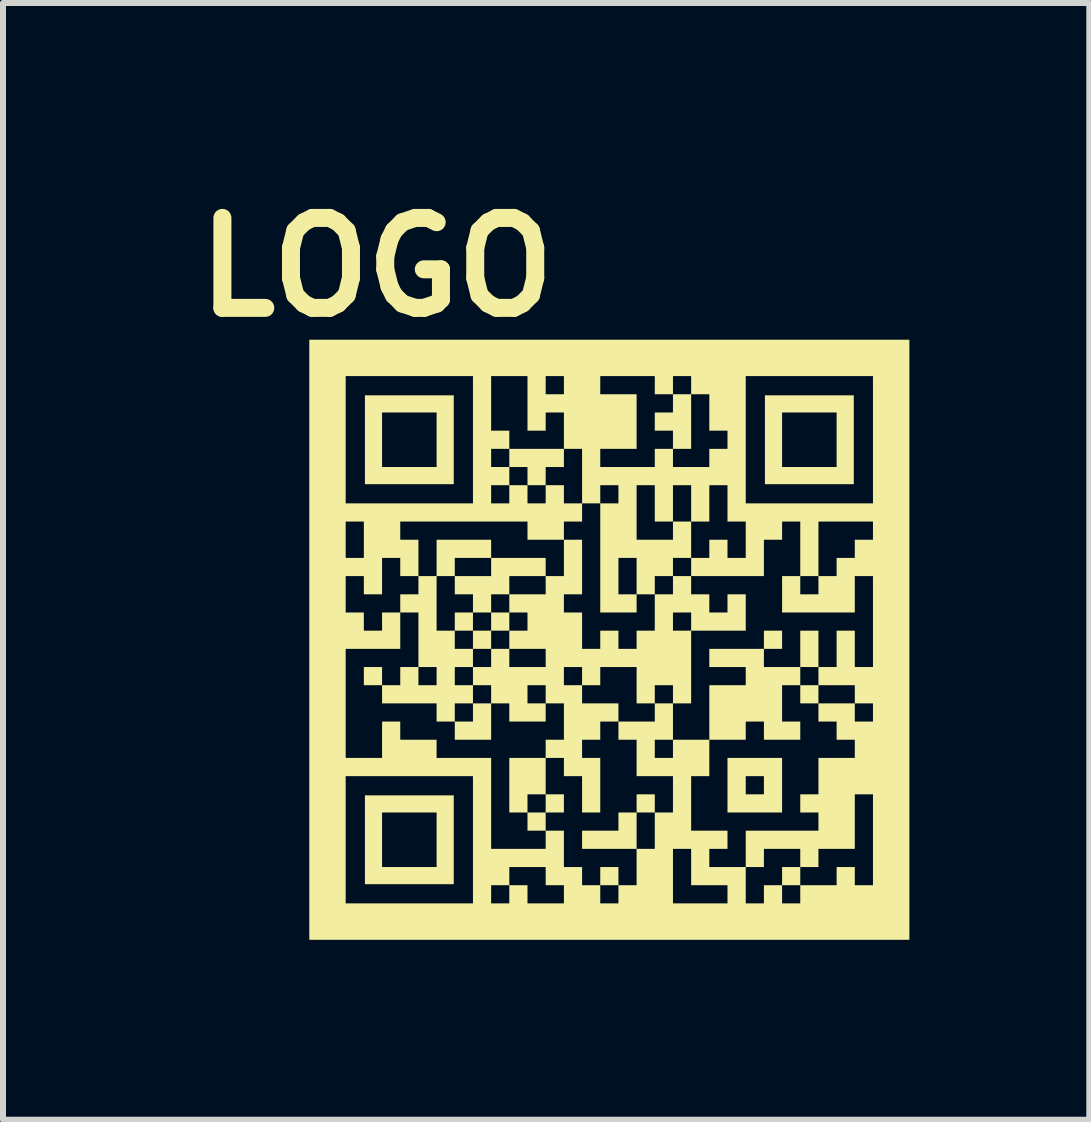
<source format=kicad_pcb>
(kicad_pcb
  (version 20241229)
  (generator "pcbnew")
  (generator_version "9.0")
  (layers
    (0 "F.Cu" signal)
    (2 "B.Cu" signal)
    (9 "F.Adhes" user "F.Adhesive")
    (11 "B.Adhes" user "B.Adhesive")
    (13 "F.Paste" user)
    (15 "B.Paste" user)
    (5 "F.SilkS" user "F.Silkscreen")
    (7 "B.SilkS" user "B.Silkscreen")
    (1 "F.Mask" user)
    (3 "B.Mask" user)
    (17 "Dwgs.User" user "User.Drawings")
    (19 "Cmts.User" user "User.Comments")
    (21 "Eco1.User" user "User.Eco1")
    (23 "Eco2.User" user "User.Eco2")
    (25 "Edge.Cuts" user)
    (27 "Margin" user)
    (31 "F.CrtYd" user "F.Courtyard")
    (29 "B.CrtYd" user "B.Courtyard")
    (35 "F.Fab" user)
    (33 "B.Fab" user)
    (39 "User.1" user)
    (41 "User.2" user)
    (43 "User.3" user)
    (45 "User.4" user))
  (footprint "LOGO"
    (layer "F.Cu")
    (at 7.103 7.61)
    (property "Reference" "LOGO" (at -3.874 -6.206 180) (layer "F.SilkS") (effects (font (size 1.5 1.5) (thickness 0.3))))
    (attr board_only exclude_from_pos_files exclude_from_bom)
    (fp_poly (pts (xy 0.156 3.945) (xy 0.156 4.096) (xy 0.004 4.096) (xy -0.147 4.096) (xy -0.147 3.945) (xy -0.147 3.793) (xy 0.004 3.793) (xy 0.156 3.793)) (stroke (width 0) (type solid)) (fill yes) (layer "F.SilkS"))
    (fp_poly (pts (xy 3.187 3.945) (xy 3.187 4.096) (xy 3.035 4.096) (xy 2.884 4.096) (xy 2.884 3.945) (xy 2.884 3.793) (xy 3.035 3.793) (xy 3.187 3.793)) (stroke (width 0) (type solid)) (fill yes) (layer "F.SilkS"))
    (fp_poly (pts (xy 3.49 0.914) (xy 3.49 1.065) (xy 3.338 1.065) (xy 3.187 1.065) (xy 3.187 0.914) (xy 3.187 0.762) (xy 3.338 0.762) (xy 3.49 0.762)) (stroke (width 0) (type solid)) (fill yes) (layer "F.SilkS"))
    (fp_poly (pts (xy -0.753 -3.027) (xy -0.753 -2.875) (xy -0.905 -2.875) (xy -1.057 -2.875) (xy -1.057 -2.724) (xy -1.057 -2.572) (xy -1.208 -2.572) (xy -1.36 -2.572) (xy -1.36 -2.724) (xy -1.36 -2.875) (xy -1.511 -2.875) (xy -1.663 -2.875) (xy -1.663 -3.027) (xy -1.663 -3.178) (xy -1.208 -3.178) (xy -0.753 -3.178)) (stroke (width 0) (type solid)) (fill yes) (layer "F.SilkS"))
    (fp_poly (pts (xy 1.368 -3.633) (xy 1.368 -3.178) (xy 1.217 -3.178) (xy 1.065 -3.178) (xy 1.065 -3.33) (xy 1.065 -3.481) (xy 0.914 -3.481) (xy 0.762 -3.481) (xy 0.762 -3.633) (xy 0.762 -3.784) (xy 0.914 -3.784) (xy 1.065 -3.784) (xy 1.065 -3.936) (xy 1.065 -4.088) (xy 1.217 -4.088) (xy 1.368 -4.088)) (stroke (width 0) (type solid)) (fill yes) (layer "F.SilkS"))
    (fp_poly (pts (xy -2.589 -3.33) (xy -2.589 -2.589) (xy -3.33 -2.589) (xy -4.07 -2.589) (xy -4.07 -3.33) (xy -4.07 -3.784) (xy -3.784 -3.784) (xy -3.784 -3.33) (xy -3.784 -2.875) (xy -3.33 -2.875) (xy -2.875 -2.875) (xy -2.875 -3.33) (xy -2.875 -3.784) (xy -3.33 -3.784) (xy -3.784 -3.784) (xy -4.07 -3.784) (xy -4.07 -4.07) (xy -3.33 -4.07) (xy -2.589 -4.07)) (stroke (width 0) (type solid)) (fill yes) (layer "F.SilkS"))
    (fp_poly (pts (xy -2.589 3.338) (xy -2.589 4.079) (xy -3.33 4.079) (xy -4.07 4.079) (xy -4.07 3.338) (xy -4.07 2.884) (xy -3.784 2.884) (xy -3.784 3.338) (xy -3.784 3.793) (xy -3.33 3.793) (xy -2.875 3.793) (xy -2.875 3.338) (xy -2.875 2.884) (xy -3.33 2.884) (xy -3.784 2.884) (xy -4.07 2.884) (xy -4.07 2.598) (xy -3.33 2.598) (xy -2.589 2.598)) (stroke (width 0) (type solid)) (fill yes) (layer "F.SilkS"))
    (fp_poly (pts (xy 2.884 2.429) (xy 2.884 2.884) (xy 2.429 2.884) (xy 1.974 2.884) (xy 1.974 2.429) (xy 1.974 2.278) (xy 2.278 2.278) (xy 2.278 2.429) (xy 2.278 2.581) (xy 2.429 2.581) (xy 2.581 2.581) (xy 2.581 2.429) (xy 2.581 2.278) (xy 2.429 2.278) (xy 2.278 2.278) (xy 1.974 2.278) (xy 1.974 1.974) (xy 2.429 1.974) (xy 2.884 1.974)) (stroke (width 0) (type solid)) (fill yes) (layer "F.SilkS"))
    (fp_poly (pts (xy 4.079 -3.33) (xy 4.079 -2.589) (xy 3.338 -2.589) (xy 2.598 -2.589) (xy 2.598 -3.33) (xy 2.598 -3.784) (xy 2.884 -3.784) (xy 2.884 -3.33) (xy 2.884 -2.875) (xy 3.338 -2.875) (xy 3.793 -2.875) (xy 3.793 -3.33) (xy 3.793 -3.784) (xy 3.338 -3.784) (xy 2.884 -3.784) (xy 2.598 -3.784) (xy 2.598 -4.07) (xy 3.338 -4.07) (xy 4.079 -4.07)) (stroke (width 0) (type solid)) (fill yes) (layer "F.SilkS"))
    (fp_poly (pts (xy 0.762 2.732) (xy 0.762 2.884) (xy 0.611 2.884) (xy 0.459 2.884) (xy 0.459 3.187) (xy 0.459 3.49) (xy 0.004 3.49) (xy -0.45 3.49) (xy -0.45 3.338) (xy -0.45 3.187) (xy -0.147 3.187) (xy 0.156 3.187) (xy 0.156 3.035) (xy 0.156 2.884) (xy 0.307 2.884) (xy 0.459 2.884) (xy 0.459 2.732) (xy 0.459 2.581) (xy 0.611 2.581) (xy 0.762 2.581)) (stroke (width 0) (type solid)) (fill yes) (layer "F.SilkS"))
    (fp_poly (pts (xy -2.269 -0.299) (xy -2.269 -0.147) (xy -2.117 -0.147) (xy -1.966 -0.147) (xy -1.966 -0.299) (xy -1.966 -0.45) (xy -1.814 -0.45) (xy -1.663 -0.45) (xy -1.663 -0.299) (xy -1.663 -0.147) (xy -1.814 -0.147) (xy -1.966 -0.147) (xy -1.966 0.004) (xy -1.966 0.156) (xy -2.117 0.156) (xy -2.269 0.156) (xy -2.269 0.004) (xy -2.269 -0.147) (xy -2.42 -0.147) (xy -2.572 -0.147) (xy -2.572 -0.299) (xy -2.572 -0.45) (xy -2.42 -0.45) (xy -2.269 -0.45)) (stroke (width 0) (type solid)) (fill yes) (layer "F.SilkS"))
    (fp_poly (pts (xy 2.884 0.004) (xy 2.884 0.156) (xy 2.732 0.156) (xy 2.581 0.156) (xy 2.581 0.307) (xy 2.581 0.459) (xy 2.884 0.459) (xy 3.187 0.459) (xy 3.187 0.156) (xy 3.187 -0.147) (xy 3.338 -0.147) (xy 3.49 -0.147) (xy 3.49 0.156) (xy 3.49 0.459) (xy 3.338 0.459) (xy 3.187 0.459) (xy 3.187 0.611) (xy 3.187 0.762) (xy 3.035 0.762) (xy 2.884 0.762) (xy 2.884 1.065) (xy 2.884 1.368) (xy 3.035 1.368) (xy 3.187 1.368) (xy 3.187 1.52) (xy 3.187 1.671) (xy 2.884 1.671) (xy 2.581 1.671) (xy 2.581 1.52) (xy 2.581 1.368) (xy 2.429 1.368) (xy 2.278 1.368) (xy 2.278 1.52) (xy 2.278 1.671) (xy 1.974 1.671) (xy 1.671 1.671) (xy 1.671 1.217) (xy 1.671 0.762) (xy 1.974 0.762) (xy 2.278 0.762) (xy 2.278 0.611) (xy 2.278 0.459) (xy 1.974 0.459) (xy 1.671 0.459) (xy 1.671 0.307) (xy 1.671 0.156) (xy 2.126 0.156) (xy 2.581 0.156) (xy 2.581 0.004) (xy 2.581 -0.147) (xy 2.732 -0.147) (xy 2.884 -0.147)) (stroke (width 0) (type solid)) (fill yes) (layer "F.SilkS"))
    (fp_poly (pts (xy -1.966 -1.511) (xy -1.966 -1.36) (xy -2.269 -1.36) (xy -2.572 -1.36) (xy -2.572 -1.208) (xy -2.572 -1.057) (xy -2.724 -1.057) (xy -2.875 -1.057) (xy -2.875 -0.602) (xy -2.875 -0.147) (xy -2.724 -0.147) (xy -2.572 -0.147) (xy -2.572 0.004) (xy -2.572 0.156) (xy -2.42 0.156) (xy -2.269 0.156) (xy -2.269 0.307) (xy -2.269 0.459) (xy -2.42 0.459) (xy -2.572 0.459) (xy -2.572 0.611) (xy -2.572 0.762) (xy -2.42 0.762) (xy -2.269 0.762) (xy -2.269 0.611) (xy -2.269 0.459) (xy -2.117 0.459) (xy -1.966 0.459) (xy -1.966 0.307) (xy -1.966 0.156) (xy -1.814 0.156) (xy -1.663 0.156) (xy -1.663 0.307) (xy -1.663 0.459) (xy -1.36 0.459) (xy -1.057 0.459) (xy -0.753 0.459) (xy -0.753 0.611) (xy -0.753 0.762) (xy -0.602 0.762) (xy -0.45 0.762) (xy -0.45 0.611) (xy -0.45 0.459) (xy -0.602 0.459) (xy -0.753 0.459) (xy -1.057 0.459) (xy -1.057 0.307) (xy -1.057 0.156) (xy -1.36 0.156) (xy -1.663 0.156) (xy -1.663 0.004) (xy -1.663 -0.147) (xy -1.511 -0.147) (xy -1.36 -0.147) (xy -1.36 -0.299) (xy -1.36 -0.45) (xy -1.511 -0.45) (xy -1.663 -0.45) (xy -1.663 -0.602) (xy -1.663 -0.753) (xy -1.36 -0.753) (xy -1.057 -0.753) (xy -1.057 -0.905) (xy -1.057 -1.057) (xy -1.36 -1.057) (xy -1.663 -1.057) (xy -1.663 -0.905) (xy -1.663 -0.753) (xy -1.814 -0.753) (xy -1.966 -0.753) (xy -1.966 -0.602) (xy -1.966 -0.45) (xy -2.117 -0.45) (xy -2.269 -0.45) (xy -2.269 -0.602) (xy -2.269 -0.753) (xy -2.42 -0.753) (xy -2.572 -0.753) (xy -2.572 -0.905) (xy -2.572 -1.057) (xy -2.269 -1.057) (xy -1.966 -1.057) (xy -1.966 -1.208) (xy -1.966 -1.36) (xy -1.511 -1.36) (xy -1.057 -1.36) (xy -1.057 -1.208) (xy -1.057 -1.057) (xy -0.905 -1.057) (xy -0.753 -1.057) (xy -0.753 -1.36) (xy -0.753 -1.663) (xy -0.602 -1.663) (xy -0.45 -1.663) (xy -0.45 -1.208) (xy -0.45 -0.753) (xy -0.602 -0.753) (xy -0.753 -0.753) (xy -0.753 -0.602) (xy -0.753 -0.45) (xy -0.602 -0.45) (xy -0.45 -0.45) (xy -0.45 -0.147) (xy -0.45 0.156) (xy -0.299 0.156) (xy -0.147 0.156) (xy -0.147 0.004) (xy -0.147 -0.147) (xy 0.004 -0.147) (xy 0.156 -0.147) (xy 0.156 0.004) (xy 0.156 0.156) (xy 0.307 0.156) (xy 0.459 0.156) (xy 0.459 0.004) (xy 0.459 -0.147) (xy 0.611 -0.147) (xy 0.762 -0.147) (xy 0.762 -0.45) (xy 1.065 -0.45) (xy 1.065 -0.299) (xy 1.065 -0.147) (xy 1.217 -0.147) (xy 1.368 -0.147) (xy 1.368 -0.299) (xy 1.368 -0.45) (xy 1.217 -0.45) (xy 1.065 -0.45) (xy 0.762 -0.45) (xy 0.762 -0.753) (xy 0.914 -0.753) (xy 1.065 -0.753) (xy 1.065 -0.905) (xy 1.065 -1.057) (xy 1.217 -1.057) (xy 1.368 -1.057) (xy 1.368 -0.905) (xy 1.368 -0.753) (xy 1.52 -0.753) (xy 1.671 -0.753) (xy 1.671 -0.602) (xy 1.671 -0.45) (xy 1.823 -0.45) (xy 1.974 -0.45) (xy 1.974 -0.602) (xy 1.974 -0.753) (xy 2.126 -0.753) (xy 2.278 -0.753) (xy 2.278 -0.45) (xy 2.278 -0.147) (xy 1.823 -0.147) (xy 1.368 -0.147) (xy 1.368 0.459) (xy 1.368 1.065) (xy 1.217 1.065) (xy 1.065 1.065) (xy 1.065 0.914) (xy 1.065 0.762) (xy 0.914 0.762) (xy 0.762 0.762) (xy 0.762 0.914) (xy 0.762 1.065) (xy 0.611 1.065) (xy 0.459 1.065) (xy 0.459 0.762) (xy 0.459 0.459) (xy 0.156 0.459) (xy -0.147 0.459) (xy -0.147 0.611) (xy -0.147 0.762) (xy -0.299 0.762) (xy -0.45 0.762) (xy -0.45 0.914) (xy -0.45 1.065) (xy -0.147 1.065) (xy 0.156 1.065) (xy 0.156 1.217) (xy 0.156 1.368) (xy 0.004 1.368) (xy -0.147 1.368) (xy -0.147 1.52) (xy -0.147 1.671) (xy -0.299 1.671) (xy -0.45 1.671) (xy -0.45 1.823) (xy -0.45 1.974) (xy -0.299 1.974) (xy -0.147 1.974) (xy -0.147 2.429) (xy -0.147 2.884) (xy -0.299 2.884) (xy -0.45 2.884) (xy -0.45 2.581) (xy -0.45 2.278) (xy -0.602 2.278) (xy -0.753 2.278) (xy -0.753 2.126) (xy -0.753 1.974) (xy -0.905 1.974) (xy -1.057 1.974) (xy -1.057 2.278) (xy -1.057 2.581) (xy -1.208 2.581) (xy -1.36 2.581) (xy -1.36 2.732) (xy -1.36 2.884) (xy -1.208 2.884) (xy -1.057 2.884) (xy -1.057 2.732) (xy -1.057 2.581) (xy -0.905 2.581) (xy -0.753 2.581) (xy -0.753 2.732) (xy -0.753 2.884) (xy -0.905 2.884) (xy -1.057 2.884) (xy -1.057 3.035) (xy -1.057 3.187) (xy -1.208 3.187) (xy -1.36 3.187) (xy -1.36 3.035) (xy -1.36 2.884) (xy -1.511 2.884) (xy -1.663 2.884) (xy -1.663 2.429) (xy -1.663 1.974) (xy -1.36 1.974) (xy -1.057 1.974) (xy -1.057 1.823) (xy -1.057 1.671) (xy -0.905 1.671) (xy -0.753 1.671) (xy -0.753 1.368) (xy -0.753 1.065) (xy -0.905 1.065) (xy -1.057 1.065) (xy -1.057 1.217) (xy -1.057 1.368) (xy -1.36 1.368) (xy -1.663 1.368) (xy -1.663 1.217) (xy -1.663 1.065) (xy -1.814 1.065) (xy -1.966 1.065) (xy -1.966 1.368) (xy -1.966 1.671) (xy -2.269 1.671) (xy -2.572 1.671) (xy -2.572 1.52) (xy -2.572 1.368) (xy -2.42 1.368) (xy -2.269 1.368) (xy -2.269 1.217) (xy -2.269 1.065) (xy -2.117 1.065) (xy -1.966 1.065) (xy -1.966 0.914) (xy -1.966 0.762) (xy -1.36 0.762) (xy -1.36 0.914) (xy -1.36 1.065) (xy -1.208 1.065) (xy -1.057 1.065) (xy -1.057 0.914) (xy -1.057 0.762) (xy -1.208 0.762) (xy -1.36 0.762) (xy -1.966 0.762) (xy -2.117 0.762) (xy -2.269 0.762) (xy -2.269 0.914) (xy -2.269 1.065) (xy -2.42 1.065) (xy -2.572 1.065) (xy -2.572 1.217) (xy -2.572 1.368) (xy -2.724 1.368) (xy -2.875 1.368) (xy -2.875 1.217) (xy -2.875 1.065) (xy -3.33 1.065) (xy -3.784 1.065) (xy -3.784 0.914) (xy -3.784 0.762) (xy -3.936 0.762) (xy -4.088 0.762) (xy -4.088 0.611) (xy -4.088 0.459) (xy -3.936 0.459) (xy -3.784 0.459) (xy -3.784 0.611) (xy -3.784 0.762) (xy -3.633 0.762) (xy -3.481 0.762) (xy -3.481 0.611) (xy -3.481 0.459) (xy -3.33 0.459) (xy -3.178 0.459) (xy -3.178 0.611) (xy -3.178 0.762) (xy -3.027 0.762) (xy -2.875 0.762) (xy -2.875 0.611) (xy -2.875 0.459) (xy -3.027 0.459) (xy -3.178 0.459) (xy -3.178 0.004) (xy -3.178 -0.45) (xy -3.33 -0.45) (xy -3.481 -0.45) (xy -3.481 -0.602) (xy -3.481 -0.753) (xy -3.33 -0.753) (xy -3.178 -0.753) (xy -3.178 -0.905) (xy -3.178 -1.057) (xy -3.027 -1.057) (xy -2.875 -1.057) (xy -2.875 -1.36) (xy -2.875 -1.663) (xy -2.42 -1.663) (xy -1.966 -1.663)) (stroke (width 0) (type solid)) (fill yes) (layer "F.SilkS"))
    (fp_poly (pts (xy 5.006 0.004) (xy 5.006 5.006) (xy 0.004 5.006) (xy -4.997 5.006) (xy -4.997 2.278) (xy -4.391 2.278) (xy -4.391 3.338) (xy -4.391 4.399) (xy -3.33 4.399) (xy -2.269 4.399) (xy -1.966 4.399) (xy -1.814 4.399) (xy -1.663 4.399) (xy -1.663 4.248) (xy -1.663 4.096) (xy -1.511 4.096) (xy -1.36 4.096) (xy -1.36 4.248) (xy -1.36 4.399) (xy -1.057 4.399) (xy -0.753 4.399) (xy -0.753 4.248) (xy -0.753 4.096) (xy -0.905 4.096) (xy -1.057 4.096) (xy -1.057 3.945) (xy -1.057 3.793) (xy -1.36 3.793) (xy -1.663 3.793) (xy -1.663 3.945) (xy -1.663 4.096) (xy -1.814 4.096) (xy -1.966 4.096) (xy -1.966 4.248) (xy -1.966 4.399) (xy -2.269 4.399) (xy -2.269 3.338) (xy -2.269 2.278) (xy -3.33 2.278) (xy -4.391 2.278) (xy -4.997 2.278) (xy -4.997 1.974) (xy -4.391 1.974) (xy -4.088 1.974) (xy -3.784 1.974) (xy -3.784 1.671) (xy -3.784 1.368) (xy -3.633 1.368) (xy -3.481 1.368) (xy -3.481 1.52) (xy -3.481 1.671) (xy -3.178 1.671) (xy -2.875 1.671) (xy -2.875 1.823) (xy -2.875 1.974) (xy -2.42 1.974) (xy -1.966 1.974) (xy -1.966 2.732) (xy -1.966 3.49) (xy -1.511 3.49) (xy -1.057 3.49) (xy -1.057 3.338) (xy -1.057 3.187) (xy -0.905 3.187) (xy -0.753 3.187) (xy -0.753 3.49) (xy -0.753 3.793) (xy -0.602 3.793) (xy -0.45 3.793) (xy -0.45 3.945) (xy -0.45 4.096) (xy -0.299 4.096) (xy -0.147 4.096) (xy -0.147 4.248) (xy -0.147 4.399) (xy 0.004 4.399) (xy 0.156 4.399) (xy 0.156 4.248) (xy 0.156 4.096) (xy 0.307 4.096) (xy 0.459 4.096) (xy 0.459 3.793) (xy 0.459 3.49) (xy 0.611 3.49) (xy 0.762 3.49) (xy 1.065 3.49) (xy 1.065 3.945) (xy 1.065 4.399) (xy 1.52 4.399) (xy 1.974 4.399) (xy 1.974 4.248) (xy 1.974 4.096) (xy 1.671 4.096) (xy 1.368 4.096) (xy 1.368 3.793) (xy 1.368 3.49) (xy 1.217 3.49) (xy 1.065 3.49) (xy 0.762 3.49) (xy 0.762 3.187) (xy 0.762 2.884) (xy 0.914 2.884) (xy 1.065 2.884) (xy 1.065 2.581) (xy 1.065 2.278) (xy 0.762 2.278) (xy 0.459 2.278) (xy 0.459 1.974) (xy 0.459 1.671) (xy 0.307 1.671) (xy 0.156 1.671) (xy 0.156 1.52) (xy 0.156 1.368) (xy 0.459 1.368) (xy 0.762 1.368) (xy 0.762 1.217) (xy 0.762 1.065) (xy 0.914 1.065) (xy 1.065 1.065) (xy 1.065 1.368) (xy 1.065 1.671) (xy 0.914 1.671) (xy 0.762 1.671) (xy 0.762 1.823) (xy 0.762 1.974) (xy 0.914 1.974) (xy 1.065 1.974) (xy 1.065 1.823) (xy 1.065 1.671) (xy 1.368 1.671) (xy 1.671 1.671) (xy 1.671 1.974) (xy 1.671 2.278) (xy 1.52 2.278) (xy 1.368 2.278) (xy 1.368 2.732) (xy 1.368 3.187) (xy 1.671 3.187) (xy 1.974 3.187) (xy 1.974 3.338) (xy 1.974 3.49) (xy 1.823 3.49) (xy 1.671 3.49) (xy 1.671 3.642) (xy 1.671 3.793) (xy 1.974 3.793) (xy 2.278 3.793) (xy 2.278 4.096) (xy 2.278 4.399) (xy 2.429 4.399) (xy 2.581 4.399) (xy 2.581 4.248) (xy 2.581 4.096) (xy 2.732 4.096) (xy 2.884 4.096) (xy 2.884 4.248) (xy 2.884 4.399) (xy 3.035 4.399) (xy 3.187 4.399) (xy 3.187 4.248) (xy 3.187 4.096) (xy 3.49 4.096) (xy 3.793 4.096) (xy 3.793 3.945) (xy 3.793 3.793) (xy 3.945 3.793) (xy 4.096 3.793) (xy 4.096 3.945) (xy 4.096 4.096) (xy 4.248 4.096) (xy 4.399 4.096) (xy 4.399 3.338) (xy 4.399 2.581) (xy 4.248 2.581) (xy 4.096 2.581) (xy 4.096 3.035) (xy 4.096 3.49) (xy 3.793 3.49) (xy 3.49 3.49) (xy 3.49 3.642) (xy 3.49 3.793) (xy 3.338 3.793) (xy 3.187 3.793) (xy 3.187 3.642) (xy 3.187 3.49) (xy 2.884 3.49) (xy 2.581 3.49) (xy 2.581 3.642) (xy 2.581 3.793) (xy 2.429 3.793) (xy 2.278 3.793) (xy 2.278 3.49) (xy 2.278 3.187) (xy 2.884 3.187) (xy 3.49 3.187) (xy 3.49 3.035) (xy 3.49 2.884) (xy 3.338 2.884) (xy 3.187 2.884) (xy 3.187 2.732) (xy 3.187 2.581) (xy 3.338 2.581) (xy 3.49 2.581) (xy 3.49 2.278) (xy 3.49 1.974) (xy 3.793 1.974) (xy 4.096 1.974) (xy 4.096 1.823) (xy 4.096 1.671) (xy 3.945 1.671) (xy 3.793 1.671) (xy 3.793 1.52) (xy 3.793 1.368) (xy 3.642 1.368) (xy 3.49 1.368) (xy 3.49 1.217) (xy 3.49 1.065) (xy 3.793 1.065) (xy 4.096 1.065) (xy 4.096 1.217) (xy 4.096 1.368) (xy 4.248 1.368) (xy 4.399 1.368) (xy 4.399 1.217) (xy 4.399 1.065) (xy 4.248 1.065) (xy 4.096 1.065) (xy 4.096 0.914) (xy 4.096 0.762) (xy 3.793 0.762) (xy 3.49 0.762) (xy 3.49 0.611) (xy 3.49 0.459) (xy 3.642 0.459) (xy 3.793 0.459) (xy 3.793 0.156) (xy 3.793 -0.147) (xy 3.945 -0.147) (xy 4.096 -0.147) (xy 4.096 0.156) (xy 4.096 0.459) (xy 4.248 0.459) (xy 4.399 0.459) (xy 4.399 -0.299) (xy 4.399 -1.057) (xy 4.248 -1.057) (xy 4.096 -1.057) (xy 4.096 -0.753) (xy 4.096 -0.45) (xy 3.49 -0.45) (xy 2.884 -0.45) (xy 2.884 -0.753) (xy 2.884 -1.057) (xy 3.035 -1.057) (xy 3.187 -1.057) (xy 3.187 -0.905) (xy 3.187 -0.753) (xy 3.338 -0.753) (xy 3.49 -0.753) (xy 3.49 -0.905) (xy 3.49 -1.057) (xy 3.642 -1.057) (xy 3.793 -1.057) (xy 3.793 -1.208) (xy 3.793 -1.36) (xy 3.945 -1.36) (xy 4.096 -1.36) (xy 4.096 -1.511) (xy 4.096 -1.663) (xy 4.248 -1.663) (xy 4.399 -1.663) (xy 4.399 -1.814) (xy 4.399 -1.966) (xy 3.945 -1.966) (xy 3.49 -1.966) (xy 3.49 -1.511) (xy 3.49 -1.057) (xy 3.338 -1.057) (xy 3.187 -1.057) (xy 3.187 -1.511) (xy 3.187 -1.966) (xy 3.035 -1.966) (xy 2.884 -1.966) (xy 2.884 -1.814) (xy 2.884 -1.663) (xy 2.732 -1.663) (xy 2.581 -1.663) (xy 2.581 -1.36) (xy 2.581 -1.057) (xy 1.974 -1.057) (xy 1.368 -1.057) (xy 1.368 -1.208) (xy 1.368 -1.36) (xy 1.52 -1.36) (xy 1.671 -1.36) (xy 1.671 -1.511) (xy 1.671 -1.663) (xy 1.823 -1.663) (xy 1.974 -1.663) (xy 1.974 -1.511) (xy 1.974 -1.36) (xy 2.126 -1.36) (xy 2.278 -1.36) (xy 2.278 -1.663) (xy 2.278 -1.966) (xy 2.126 -1.966) (xy 1.974 -1.966) (xy 1.974 -2.269) (xy 1.974 -2.572) (xy 1.823 -2.572) (xy 1.671 -2.572) (xy 1.671 -2.269) (xy 1.671 -1.966) (xy 1.52 -1.966) (xy 1.368 -1.966) (xy 1.368 -2.269) (xy 1.368 -2.572) (xy 1.217 -2.572) (xy 1.065 -2.572) (xy 1.065 -2.269) (xy 1.065 -1.966) (xy 0.914 -1.966) (xy 0.762 -1.966) (xy 0.762 -2.269) (xy 0.762 -2.572) (xy 0.611 -2.572) (xy 0.459 -2.572) (xy 0.459 -2.117) (xy 0.459 -1.663) (xy 0.762 -1.663) (xy 1.065 -1.663) (xy 1.065 -1.814) (xy 1.065 -1.966) (xy 1.217 -1.966) (xy 1.368 -1.966) (xy 1.368 -1.663) (xy 1.368 -1.36) (xy 1.217 -1.36) (xy 1.065 -1.36) (xy 1.065 -1.208) (xy 1.065 -1.057) (xy 0.914 -1.057) (xy 0.762 -1.057) (xy 0.762 -0.905) (xy 0.762 -0.753) (xy 0.611 -0.753) (xy 0.459 -0.753) (xy 0.459 -1.057) (xy 0.459 -1.36) (xy 0.307 -1.36) (xy 0.156 -1.36) (xy 0.156 -1.057) (xy 0.156 -0.753) (xy 0.307 -0.753) (xy 0.459 -0.753) (xy 0.459 -0.602) (xy 0.459 -0.45) (xy 0.156 -0.45) (xy -0.147 -0.45) (xy -0.147 -1.36) (xy -0.147 -2.269) (xy 0.004 -2.269) (xy 0.156 -2.269) (xy 0.156 -2.42) (xy 0.156 -2.572) (xy 0.004 -2.572) (xy -0.147 -2.572) (xy -0.147 -2.42) (xy -0.147 -2.269) (xy -0.299 -2.269) (xy -0.45 -2.269) (xy -0.45 -2.724) (xy -0.45 -3.178) (xy -0.602 -3.178) (xy -0.753 -3.178) (xy -0.753 -3.481) (xy -0.753 -3.784) (xy -0.905 -3.784) (xy -1.057 -3.784) (xy -1.057 -3.633) (xy -1.057 -3.481) (xy -1.208 -3.481) (xy -1.36 -3.481) (xy -1.36 -3.936) (xy -1.36 -4.391) (xy -1.057 -4.391) (xy -1.057 -4.239) (xy -1.057 -4.088) (xy -0.905 -4.088) (xy -0.753 -4.088) (xy -0.753 -4.239) (xy -0.753 -4.391) (xy -0.147 -4.391) (xy -0.147 -4.239) (xy -0.147 -4.088) (xy 0.156 -4.088) (xy 0.459 -4.088) (xy 0.459 -3.633) (xy 0.459 -3.178) (xy 0.156 -3.178) (xy -0.147 -3.178) (xy -0.147 -3.027) (xy -0.147 -2.875) (xy 0.307 -2.875) (xy 0.762 -2.875) (xy 0.762 -3.027) (xy 0.762 -3.178) (xy 0.914 -3.178) (xy 1.065 -3.178) (xy 1.065 -3.027) (xy 1.065 -2.875) (xy 1.368 -2.875) (xy 1.671 -2.875) (xy 1.671 -3.027) (xy 1.671 -3.178) (xy 1.823 -3.178) (xy 1.974 -3.178) (xy 1.974 -3.33) (xy 1.974 -3.481) (xy 1.823 -3.481) (xy 1.671 -3.481) (xy 1.671 -3.784) (xy 1.671 -4.088) (xy 1.52 -4.088) (xy 1.368 -4.088) (xy 1.368 -4.239) (xy 1.368 -4.391) (xy 2.278 -4.391) (xy 2.278 -3.33) (xy 2.278 -2.269) (xy 3.338 -2.269) (xy 4.399 -2.269) (xy 4.399 -3.33) (xy 4.399 -4.391) (xy 3.338 -4.391) (xy 2.278 -4.391) (xy 1.368 -4.391) (xy 1.217 -4.391) (xy 1.065 -4.391) (xy 1.065 -4.239) (xy 1.065 -4.088) (xy 0.914 -4.088) (xy 0.762 -4.088) (xy 0.762 -4.239) (xy 0.762 -4.391) (xy 0.307 -4.391) (xy -0.147 -4.391) (xy -0.753 -4.391) (xy -0.905 -4.391) (xy -1.057 -4.391) (xy -1.36 -4.391) (xy -1.663 -4.391) (xy -1.966 -4.391) (xy -1.966 -3.936) (xy -1.966 -3.481) (xy -1.814 -3.481) (xy -1.663 -3.481) (xy -1.663 -3.33) (xy -1.663 -3.178) (xy -1.814 -3.178) (xy -1.966 -3.178) (xy -1.966 -3.027) (xy -1.966 -2.875) (xy -1.814 -2.875) (xy -1.663 -2.875) (xy -1.663 -2.724) (xy -1.663 -2.572) (xy -1.814 -2.572) (xy -1.966 -2.572) (xy -1.966 -2.42) (xy -1.966 -2.269) (xy -1.814 -2.269) (xy -1.663 -2.269) (xy -1.663 -2.42) (xy -1.663 -2.572) (xy -1.511 -2.572) (xy -1.36 -2.572) (xy -1.36 -2.42) (xy -1.36 -2.269) (xy -1.208 -2.269) (xy -1.057 -2.269) (xy -1.057 -2.42) (xy -1.057 -2.572) (xy -0.905 -2.572) (xy -0.753 -2.572) (xy -0.753 -2.42) (xy -0.753 -2.269) (xy -0.602 -2.269) (xy -0.45 -2.269) (xy -0.45 -2.117) (xy -0.45 -1.966) (xy -0.602 -1.966) (xy -0.753 -1.966) (xy -0.753 -1.814) (xy -0.753 -1.663) (xy -1.057 -1.663) (xy -1.36 -1.663) (xy -1.36 -1.814) (xy -1.36 -1.966) (xy -2.42 -1.966) (xy -3.481 -1.966) (xy -3.481 -1.814) (xy -3.481 -1.663) (xy -3.33 -1.663) (xy -3.178 -1.663) (xy -3.178 -1.36) (xy -3.178 -1.057) (xy -3.33 -1.057) (xy -3.481 -1.057) (xy -3.481 -1.208) (xy -3.481 -1.36) (xy -3.633 -1.36) (xy -3.784 -1.36) (xy -3.784 -1.057) (xy -3.784 -0.753) (xy -3.936 -0.753) (xy -4.088 -0.753) (xy -4.088 -0.905) (xy -4.088 -1.057) (xy -4.239 -1.057) (xy -4.391 -1.057) (xy -4.391 -0.753) (xy -4.391 -0.45) (xy -4.239 -0.45) (xy -4.088 -0.45) (xy -4.088 -0.299) (xy -4.088 -0.147) (xy -3.936 -0.147) (xy -3.784 -0.147) (xy -3.784 -0.299) (xy -3.784 -0.45) (xy -3.633 -0.45) (xy -3.481 -0.45) (xy -3.481 -0.147) (xy -3.481 0.156) (xy -3.936 0.156) (xy -4.391 0.156) (xy -4.391 1.065) (xy -4.391 1.974) (xy -4.997 1.974) (xy -4.997 0.004) (xy -4.997 -1.966) (xy -4.391 -1.966) (xy -4.391 -1.663) (xy -4.391 -1.36) (xy -4.239 -1.36) (xy -4.088 -1.36) (xy -4.088 -1.663) (xy -4.088 -1.966) (xy -4.239 -1.966) (xy -4.391 -1.966) (xy -4.997 -1.966) (xy -4.997 -4.391) (xy -4.391 -4.391) (xy -4.391 -3.33) (xy -4.391 -2.269) (xy -3.33 -2.269) (xy -2.269 -2.269) (xy -2.269 -3.33) (xy -2.269 -4.391) (xy -3.33 -4.391) (xy -4.391 -4.391) (xy -4.997 -4.391) (xy -4.997 -4.997) (xy 0.004 -4.997) (xy 5.006 -4.997)) (stroke (width 0) (type solid)) (fill yes) (layer "F.SilkS")))
  (gr_rect
    (start -3 -3)
    (end 15.108 15.615)
    (stroke (width 0.1) (type default))
    (fill no)
    (layer "Edge.Cuts")))
</source>
